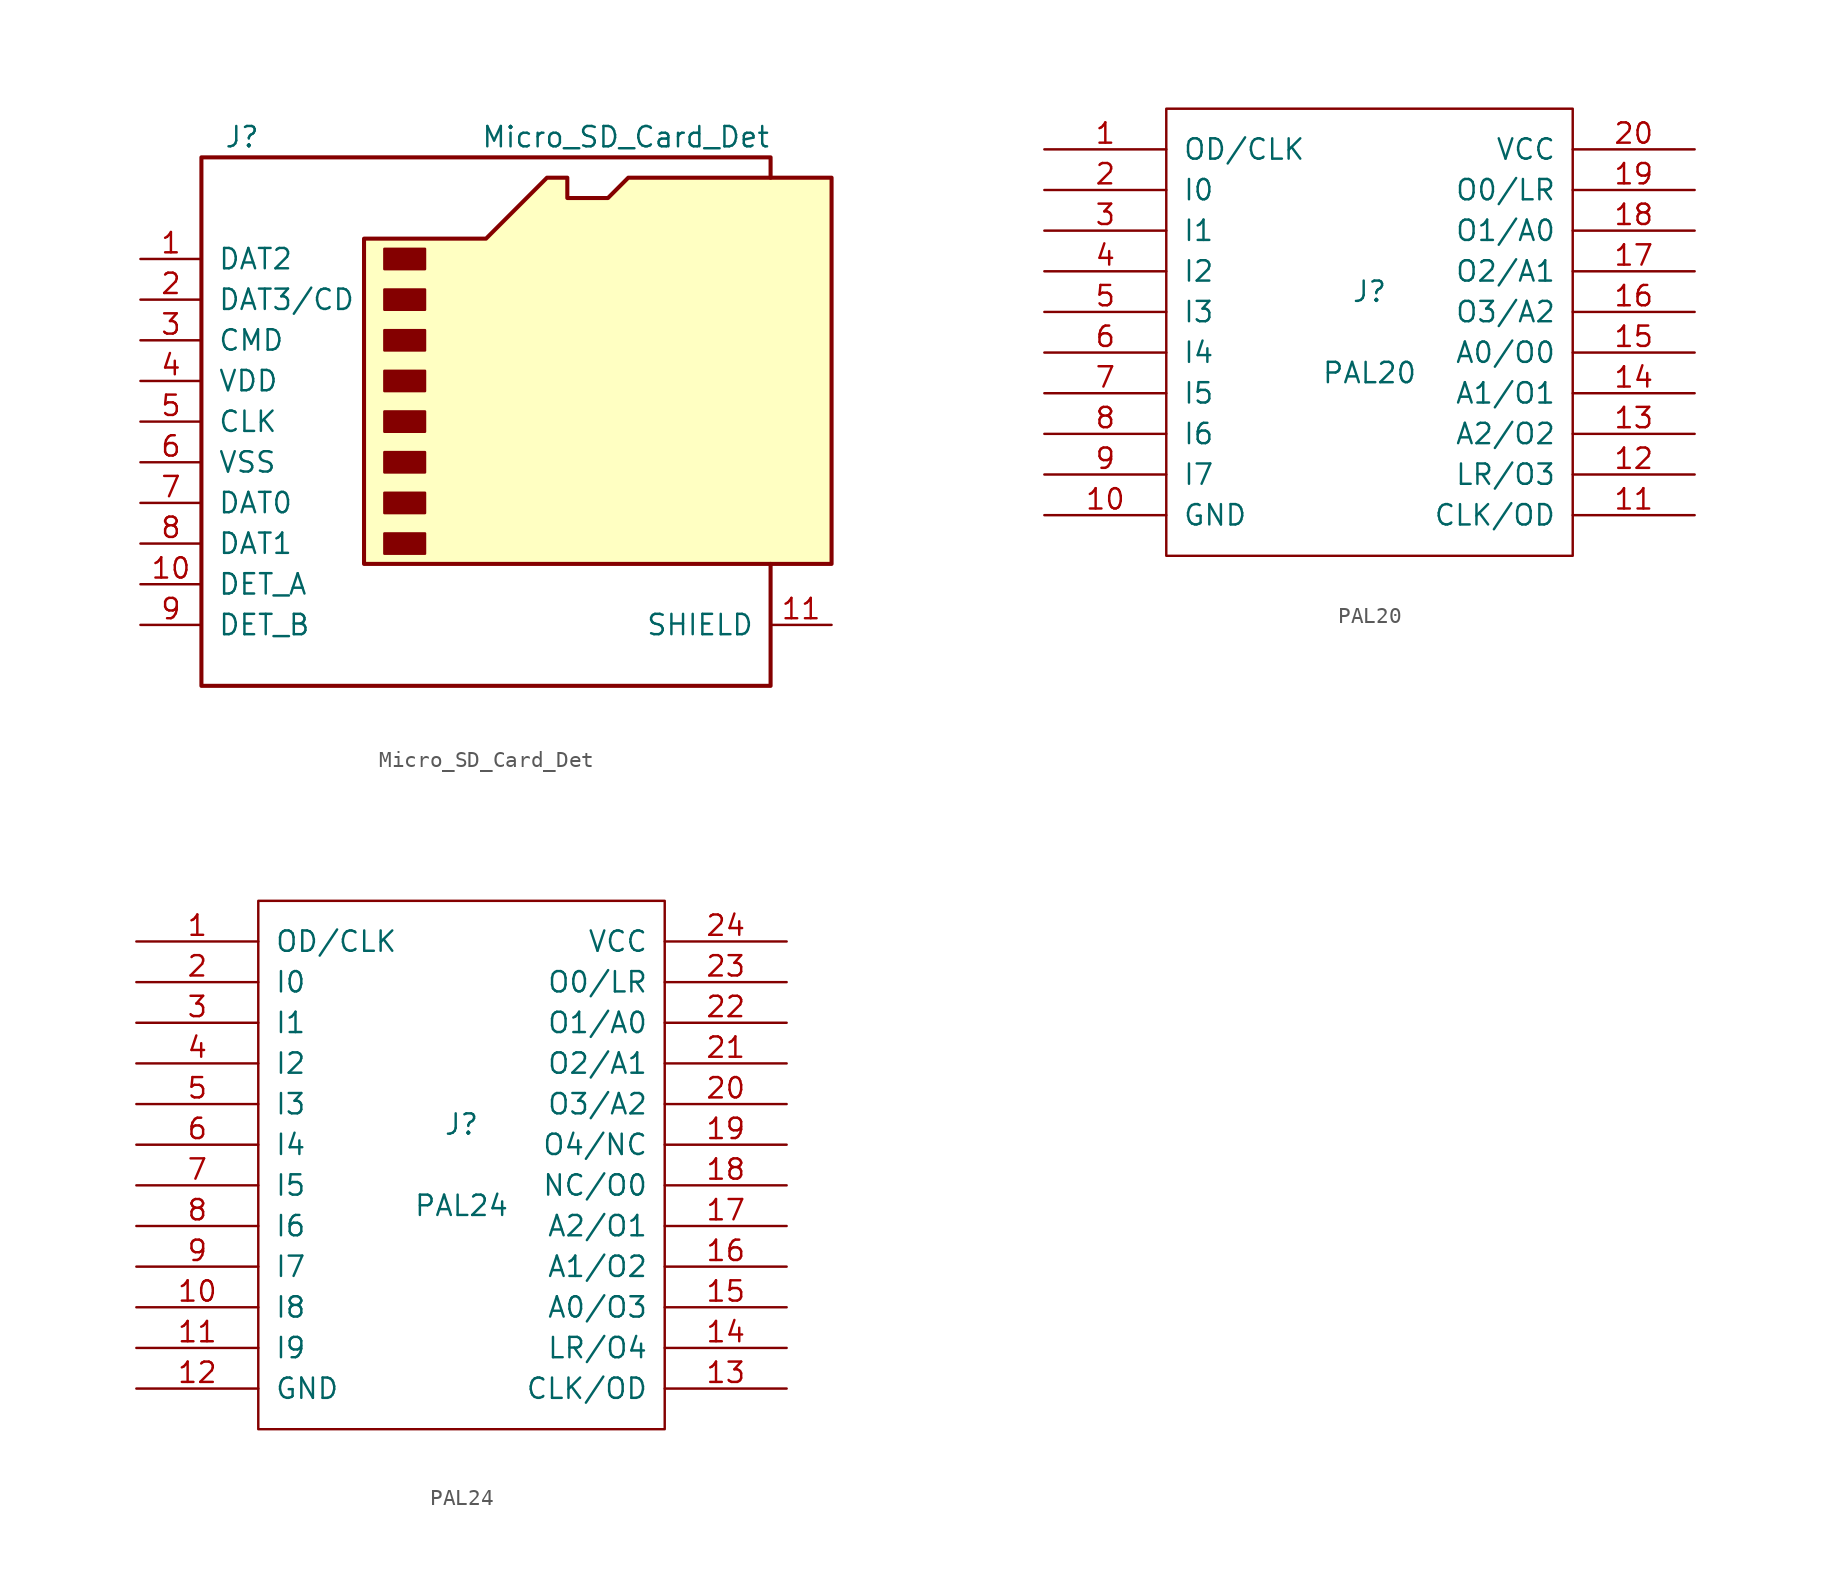
<source format=kicad_sym>
(kicad_symbol_lib
  (version 20211014)
  (generator kicad_symbol_editor)
  (symbol "Micro_SD_Card_Det"
    (pin_names
      (offset 1.016))
    (property "Reference" "J"
      (at -16.51 17.78 0)
      (effects (font (size 1.27 1.27))))
    (property "Value" "Micro_SD_Card_Det"
      (at 16.51 17.78 0)
      (effects (font (size 1.27 1.27)) (justify right)))
    (symbol "Micro_SD_Card_Det_0_1"
      (rectangle (start -7.62 -6.985) (end -5.08 -8.255) (stroke (width 0) (type default) (color 0 0 0 0)) (fill (type outline)))
      (rectangle (start -7.62 -4.445) (end -5.08 -5.715) (stroke (width 0) (type default) (color 0 0 0 0)) (fill (type outline)))
      (rectangle (start -7.62 -1.905) (end -5.08 -3.175) (stroke (width 0) (type default) (color 0 0 0 0)) (fill (type outline)))
      (rectangle (start -7.62 0.635) (end -5.08 -0.635) (stroke (width 0) (type default) (color 0 0 0 0)) (fill (type outline)))
      (rectangle (start -7.62 3.175) (end -5.08 1.905) (stroke (width 0) (type default) (color 0 0 0 0)) (fill (type outline)))
      (rectangle (start -7.62 5.715) (end -5.08 4.445) (stroke (width 0) (type default) (color 0 0 0 0)) (fill (type outline)))
      (rectangle (start -7.62 8.255) (end -5.08 6.985) (stroke (width 0) (type default) (color 0 0 0 0)) (fill (type outline)))
      (rectangle (start -7.62 10.795) (end -5.08 9.525) (stroke (width 0) (type default) (color 0 0 0 0)) (fill (type outline)))
      (polyline (pts (xy 16.51 15.24) (xy 16.51 16.51) (xy -19.05 16.51) (xy -19.05 -16.51) (xy 16.51 -16.51) (xy 16.51 -8.89)) (stroke (width 0.254) (type default) (color 0 0 0 0)) (fill (type none)))
      (polyline (pts (xy -8.89 -8.89) (xy -8.89 11.43) (xy -1.27 11.43) (xy 2.54 15.24) (xy 3.81 15.24) (xy 3.81 13.97) (xy 6.35 13.97) (xy 7.62 15.24) (xy 20.32 15.24) (xy 20.32 -8.89) (xy -8.89 -8.89)) (stroke (width 0.254) (type default) (color 0 0 0 0)) (fill (type background))))
    (symbol "Micro_SD_Card_Det_1_1"
      (pin bidirectional line (at -22.86 10.16 0) (length 3.81) (name "DAT2" (effects (font (size 1.27 1.27)))) (number "1" (effects (font (size 1.27 1.27)))))
      (pin passive line (at -22.86 -10.16 0) (length 3.81) (name "DET_A" (effects (font (size 1.27 1.27)))) (number "10" (effects (font (size 1.27 1.27)))))
      (pin passive line (at 20.32 -12.7 180) (length 3.81) (name "SHIELD" (effects (font (size 1.27 1.27)))) (number "11" (effects (font (size 1.27 1.27)))))
      (pin bidirectional line (at -22.86 7.62 0) (length 3.81) (name "DAT3/CD" (effects (font (size 1.27 1.27)))) (number "2" (effects (font (size 1.27 1.27)))))
      (pin input line (at -22.86 5.08 0) (length 3.81) (name "CMD" (effects (font (size 1.27 1.27)))) (number "3" (effects (font (size 1.27 1.27)))))
      (pin power_in line (at -22.86 2.54 0) (length 3.81) (name "VDD" (effects (font (size 1.27 1.27)))) (number "4" (effects (font (size 1.27 1.27)))))
      (pin input line (at -22.86 0 0) (length 3.81) (name "CLK" (effects (font (size 1.27 1.27)))) (number "5" (effects (font (size 1.27 1.27)))))
      (pin power_in line (at -22.86 -2.54 0) (length 3.81) (name "VSS" (effects (font (size 1.27 1.27)))) (number "6" (effects (font (size 1.27 1.27)))))
      (pin input line (at -22.86 -5.08 0) (length 3.81) (name "DAT0" (effects (font (size 1.27 1.27)))) (number "7" (effects (font (size 1.27 1.27)))))
      (pin input line (at -22.86 -7.62 0) (length 3.81) (name "DAT1" (effects (font (size 1.27 1.27)))) (number "8" (effects (font (size 1.27 1.27)))))
      (pin passive line (at -22.86 -12.7 0) (length 3.81) (name "DET_B" (effects (font (size 1.27 1.27)))) (number "9" (effects (font (size 1.27 1.27)))))))
  (symbol "PAL20"
    (pin_names
      (offset 1.016))
    (property "Reference" "J"
      (at 0 2.54 0)
      (effects (font (size 1.27 1.27))))
    (property "Value" "PAL20"
      (at 0 -2.54 0)
      (effects (font (size 1.27 1.27))))
    (symbol "PAL20_0_1"
      (rectangle (start -12.7 -13.97) (end 12.7 13.97) (stroke (width 0) (type default) (color 0 0 0 0)) (fill (type none))))
    (symbol "PAL20_1_1"
      (pin passive line (at -20.32 11.43 0) (length 7.62) (name "OD/CLK" (effects (font (size 1.27 1.27)))) (number "1" (effects (font (size 1.27 1.27)))))
      (pin passive line (at -20.32 -11.43 0) (length 7.62) (name "GND" (effects (font (size 1.27 1.27)))) (number "10" (effects (font (size 1.27 1.27)))))
      (pin passive line (at 20.32 -11.43 180) (length 7.62) (name "CLK/OD" (effects (font (size 1.27 1.27)))) (number "11" (effects (font (size 1.27 1.27)))))
      (pin passive line (at 20.32 -8.89 180) (length 7.62) (name "LR/O3" (effects (font (size 1.27 1.27)))) (number "12" (effects (font (size 1.27 1.27)))))
      (pin passive line (at 20.32 -6.35 180) (length 7.62) (name "A2/O2" (effects (font (size 1.27 1.27)))) (number "13" (effects (font (size 1.27 1.27)))))
      (pin passive line (at 20.32 -3.81 180) (length 7.62) (name "A1/O1" (effects (font (size 1.27 1.27)))) (number "14" (effects (font (size 1.27 1.27)))))
      (pin passive line (at 20.32 -1.27 180) (length 7.62) (name "A0/O0" (effects (font (size 1.27 1.27)))) (number "15" (effects (font (size 1.27 1.27)))))
      (pin passive line (at 20.32 1.27 180) (length 7.62) (name "O3/A2" (effects (font (size 1.27 1.27)))) (number "16" (effects (font (size 1.27 1.27)))))
      (pin passive line (at 20.32 3.81 180) (length 7.62) (name "O2/A1" (effects (font (size 1.27 1.27)))) (number "17" (effects (font (size 1.27 1.27)))))
      (pin passive line (at 20.32 6.35 180) (length 7.62) (name "O1/A0" (effects (font (size 1.27 1.27)))) (number "18" (effects (font (size 1.27 1.27)))))
      (pin passive line (at 20.32 8.89 180) (length 7.62) (name "O0/LR" (effects (font (size 1.27 1.27)))) (number "19" (effects (font (size 1.27 1.27)))))
      (pin passive line (at -20.32 8.89 0) (length 7.62) (name "I0" (effects (font (size 1.27 1.27)))) (number "2" (effects (font (size 1.27 1.27)))))
      (pin passive line (at 20.32 11.43 180) (length 7.62) (name "VCC" (effects (font (size 1.27 1.27)))) (number "20" (effects (font (size 1.27 1.27)))))
      (pin passive line (at -20.32 6.35 0) (length 7.62) (name "I1" (effects (font (size 1.27 1.27)))) (number "3" (effects (font (size 1.27 1.27)))))
      (pin passive line (at -20.32 3.81 0) (length 7.62) (name "I2" (effects (font (size 1.27 1.27)))) (number "4" (effects (font (size 1.27 1.27)))))
      (pin passive line (at -20.32 1.27 0) (length 7.62) (name "I3" (effects (font (size 1.27 1.27)))) (number "5" (effects (font (size 1.27 1.27)))))
      (pin passive line (at -20.32 -1.27 0) (length 7.62) (name "I4" (effects (font (size 1.27 1.27)))) (number "6" (effects (font (size 1.27 1.27)))))
      (pin passive line (at -20.32 -3.81 0) (length 7.62) (name "I5" (effects (font (size 1.27 1.27)))) (number "7" (effects (font (size 1.27 1.27)))))
      (pin passive line (at -20.32 -6.35 0) (length 7.62) (name "I6" (effects (font (size 1.27 1.27)))) (number "8" (effects (font (size 1.27 1.27)))))
      (pin passive line (at -20.32 -8.89 0) (length 7.62) (name "I7" (effects (font (size 1.27 1.27)))) (number "9" (effects (font (size 1.27 1.27)))))))
  (symbol "PAL24"
    (pin_names
      (offset 1.016))
    (property "Reference" "J"
      (at 0 2.54 0)
      (effects (font (size 1.27 1.27))))
    (property "Value" "PAL24"
      (at 0 -2.54 0)
      (effects (font (size 1.27 1.27))))
    (symbol "PAL24_0_1"
      (rectangle (start -12.7 -16.51) (end 12.7 16.51) (stroke (width 0) (type default) (color 0 0 0 0)) (fill (type none))))
    (symbol "PAL24_1_1"
      (pin passive line (at -20.32 13.97 0) (length 7.62) (name "OD/CLK" (effects (font (size 1.27 1.27)))) (number "1" (effects (font (size 1.27 1.27)))))
      (pin passive line (at -20.32 -8.89 0) (length 7.62) (name "I8" (effects (font (size 1.27 1.27)))) (number "10" (effects (font (size 1.27 1.27)))))
      (pin passive line (at -20.32 -11.43 0) (length 7.62) (name "I9" (effects (font (size 1.27 1.27)))) (number "11" (effects (font (size 1.27 1.27)))))
      (pin passive line (at -20.32 -13.97 0) (length 7.62) (name "GND" (effects (font (size 1.27 1.27)))) (number "12" (effects (font (size 1.27 1.27)))))
      (pin passive line (at 20.32 -13.97 180) (length 7.62) (name "CLK/OD" (effects (font (size 1.27 1.27)))) (number "13" (effects (font (size 1.27 1.27)))))
      (pin passive line (at 20.32 -11.43 180) (length 7.62) (name "LR/O4" (effects (font (size 1.27 1.27)))) (number "14" (effects (font (size 1.27 1.27)))))
      (pin passive line (at 20.32 -8.89 180) (length 7.62) (name "A0/O3" (effects (font (size 1.27 1.27)))) (number "15" (effects (font (size 1.27 1.27)))))
      (pin passive line (at 20.32 -6.35 180) (length 7.62) (name "A1/O2" (effects (font (size 1.27 1.27)))) (number "16" (effects (font (size 1.27 1.27)))))
      (pin passive line (at 20.32 -3.81 180) (length 7.62) (name "A2/O1" (effects (font (size 1.27 1.27)))) (number "17" (effects (font (size 1.27 1.27)))))
      (pin passive line (at 20.32 -1.27 180) (length 7.62) (name "NC/O0" (effects (font (size 1.27 1.27)))) (number "18" (effects (font (size 1.27 1.27)))))
      (pin passive line (at 20.32 1.27 180) (length 7.62) (name "O4/NC" (effects (font (size 1.27 1.27)))) (number "19" (effects (font (size 1.27 1.27)))))
      (pin passive line (at -20.32 11.43 0) (length 7.62) (name "I0" (effects (font (size 1.27 1.27)))) (number "2" (effects (font (size 1.27 1.27)))))
      (pin passive line (at 20.32 3.81 180) (length 7.62) (name "O3/A2" (effects (font (size 1.27 1.27)))) (number "20" (effects (font (size 1.27 1.27)))))
      (pin passive line (at 20.32 6.35 180) (length 7.62) (name "O2/A1" (effects (font (size 1.27 1.27)))) (number "21" (effects (font (size 1.27 1.27)))))
      (pin passive line (at 20.32 8.89 180) (length 7.62) (name "O1/A0" (effects (font (size 1.27 1.27)))) (number "22" (effects (font (size 1.27 1.27)))))
      (pin passive line (at 20.32 11.43 180) (length 7.62) (name "O0/LR" (effects (font (size 1.27 1.27)))) (number "23" (effects (font (size 1.27 1.27)))))
      (pin passive line (at 20.32 13.97 180) (length 7.62) (name "VCC" (effects (font (size 1.27 1.27)))) (number "24" (effects (font (size 1.27 1.27)))))
      (pin passive line (at -20.32 8.89 0) (length 7.62) (name "I1" (effects (font (size 1.27 1.27)))) (number "3" (effects (font (size 1.27 1.27)))))
      (pin passive line (at -20.32 6.35 0) (length 7.62) (name "I2" (effects (font (size 1.27 1.27)))) (number "4" (effects (font (size 1.27 1.27)))))
      (pin passive line (at -20.32 3.81 0) (length 7.62) (name "I3" (effects (font (size 1.27 1.27)))) (number "5" (effects (font (size 1.27 1.27)))))
      (pin passive line (at -20.32 1.27 0) (length 7.62) (name "I4" (effects (font (size 1.27 1.27)))) (number "6" (effects (font (size 1.27 1.27)))))
      (pin passive line (at -20.32 -1.27 0) (length 7.62) (name "I5" (effects (font (size 1.27 1.27)))) (number "7" (effects (font (size 1.27 1.27)))))
      (pin passive line (at -20.32 -3.81 0) (length 7.62) (name "I6" (effects (font (size 1.27 1.27)))) (number "8" (effects (font (size 1.27 1.27)))))
      (pin passive line (at -20.32 -6.35 0) (length 7.62) (name "I7" (effects (font (size 1.27 1.27)))) (number "9" (effects (font (size 1.27 1.27))))))))
</source>
